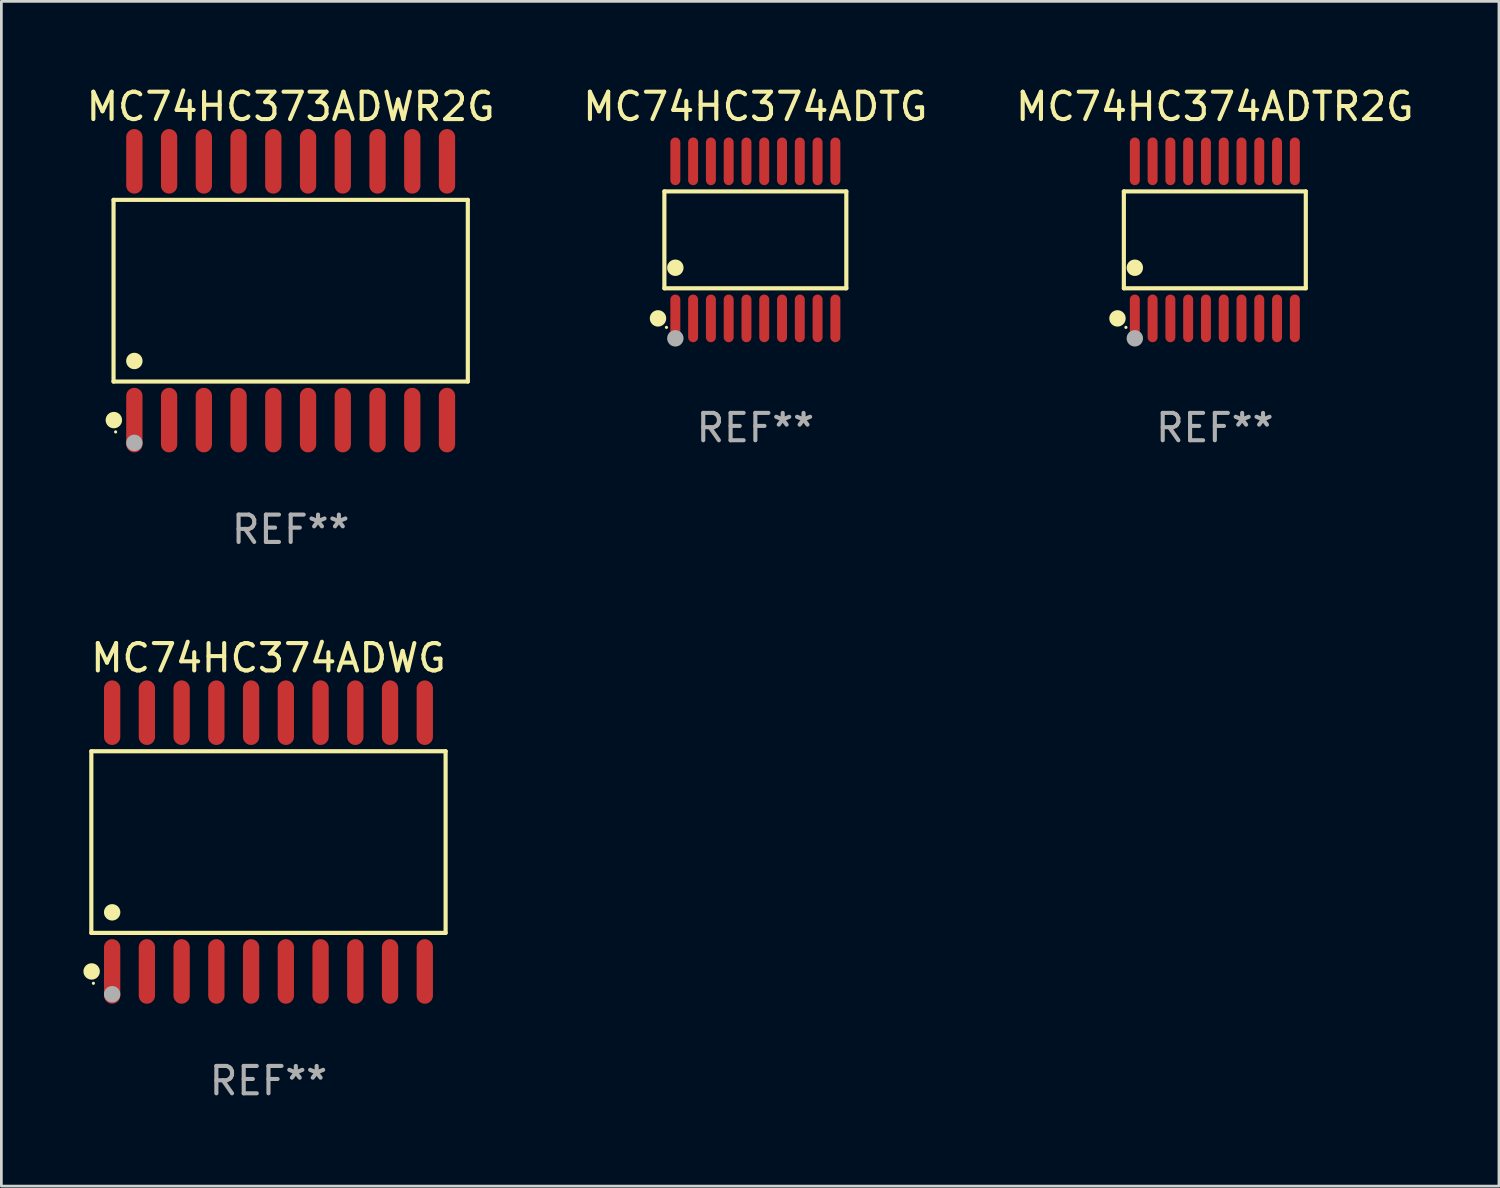
<source format=kicad_pcb>
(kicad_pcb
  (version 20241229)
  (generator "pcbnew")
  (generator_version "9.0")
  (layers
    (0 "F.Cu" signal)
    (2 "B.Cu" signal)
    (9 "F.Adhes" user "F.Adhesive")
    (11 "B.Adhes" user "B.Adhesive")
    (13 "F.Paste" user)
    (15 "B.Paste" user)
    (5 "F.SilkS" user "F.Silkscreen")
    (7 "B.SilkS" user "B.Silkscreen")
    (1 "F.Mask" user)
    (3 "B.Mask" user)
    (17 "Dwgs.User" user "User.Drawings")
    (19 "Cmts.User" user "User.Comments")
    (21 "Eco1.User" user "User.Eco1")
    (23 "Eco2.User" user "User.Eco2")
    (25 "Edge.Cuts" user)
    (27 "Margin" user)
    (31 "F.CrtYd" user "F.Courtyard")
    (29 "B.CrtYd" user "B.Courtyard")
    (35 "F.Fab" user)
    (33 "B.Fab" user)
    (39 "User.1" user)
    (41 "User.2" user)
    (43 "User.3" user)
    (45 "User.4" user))
  (footprint "MC74HC374ADTR2G"
    (layer "F.Cu")
    (at 41.363 5.719)
    (property "Reference" "MC74HC374ADTR2G" (at 0 -4.871 0) (layer "F.SilkS") (effects (font (size 1 1) (thickness 0.15))))
    (attr through_hole)
    (fp_line (start -3.326 -1.771) (end 3.326 -1.771) (stroke (width 0.152) (type solid)) (layer "F.SilkS"))
    (fp_line (start -3.326 1.771) (end -3.326 -1.771) (stroke (width 0.152) (type solid)) (layer "F.SilkS"))
    (fp_line (start 3.326 -1.771) (end 3.326 1.771) (stroke (width 0.152) (type solid)) (layer "F.SilkS"))
    (fp_line (start 3.326 1.771) (end -3.326 1.771) (stroke (width 0.152) (type solid)) (layer "F.SilkS"))
    (fp_circle (center -3.559 2.871) (end -3.409 2.871) (stroke (width 0.3) (type solid)) (fill no) (layer "F.SilkS"))
    (fp_circle (center -3.25 3.2) (end -3.22 3.2) (stroke (width 0.06) (type solid)) (fill no) (layer "F.SilkS"))
    (fp_circle (center -2.925 1.019) (end -2.775 1.019) (stroke (width 0.3) (type solid)) (fill no) (layer "F.SilkS"))
    (fp_circle (center -2.925 3.6) (end -2.775 3.6) (stroke (width 0.3) (type solid)) (fill no) (layer "F.Fab"))
    (fp_text user "REF**" (at 0 6.871 0) (layer "F.Fab") (effects (font (size 1 1) (thickness 0.15))))
    (pad "1" smd oval (at -2.925 2.871) (size 0.364 1.742) (layers "F.Cu" "F.Mask" "F.Paste"))
    (pad "2" smd oval (at -2.275 2.871) (size 0.364 1.742) (layers "F.Cu" "F.Mask" "F.Paste"))
    (pad "3" smd oval (at -1.625 2.871) (size 0.364 1.742) (layers "F.Cu" "F.Mask" "F.Paste"))
    (pad "4" smd oval (at -0.975 2.871) (size 0.364 1.742) (layers "F.Cu" "F.Mask" "F.Paste"))
    (pad "5" smd oval (at -0.325 2.871) (size 0.364 1.742) (layers "F.Cu" "F.Mask" "F.Paste"))
    (pad "6" smd oval (at 0.325 2.871) (size 0.364 1.742) (layers "F.Cu" "F.Mask" "F.Paste"))
    (pad "7" smd oval (at 0.975 2.871) (size 0.364 1.742) (layers "F.Cu" "F.Mask" "F.Paste"))
    (pad "8" smd oval (at 1.625 2.871) (size 0.364 1.742) (layers "F.Cu" "F.Mask" "F.Paste"))
    (pad "9" smd oval (at 2.275 2.871) (size 0.364 1.742) (layers "F.Cu" "F.Mask" "F.Paste"))
    (pad "10" smd oval (at 2.925 2.871) (size 0.364 1.742) (layers "F.Cu" "F.Mask" "F.Paste"))
    (pad "11" smd oval (at 2.925 -2.871) (size 0.364 1.742) (layers "F.Cu" "F.Mask" "F.Paste"))
    (pad "12" smd oval (at 2.275 -2.871) (size 0.364 1.742) (layers "F.Cu" "F.Mask" "F.Paste"))
    (pad "13" smd oval (at 1.625 -2.871) (size 0.364 1.742) (layers "F.Cu" "F.Mask" "F.Paste"))
    (pad "14" smd oval (at 0.975 -2.871) (size 0.364 1.742) (layers "F.Cu" "F.Mask" "F.Paste"))
    (pad "15" smd oval (at 0.325 -2.871) (size 0.364 1.742) (layers "F.Cu" "F.Mask" "F.Paste"))
    (pad "16" smd oval (at -0.325 -2.871) (size 0.364 1.742) (layers "F.Cu" "F.Mask" "F.Paste"))
    (pad "17" smd oval (at -0.975 -2.871) (size 0.364 1.742) (layers "F.Cu" "F.Mask" "F.Paste"))
    (pad "18" smd oval (at -1.625 -2.871) (size 0.364 1.742) (layers "F.Cu" "F.Mask" "F.Paste"))
    (pad "19" smd oval (at -2.275 -2.871) (size 0.364 1.742) (layers "F.Cu" "F.Mask" "F.Paste"))
    (pad "20" smd oval (at -2.925 -2.871) (size 0.364 1.742) (layers "F.Cu" "F.Mask" "F.Paste")))
  (footprint "MC74HC374ADTG"
    (layer "F.Cu")
    (at 24.565 5.719)
    (property "Reference" "MC74HC374ADTG" (at 0 -4.871 0) (layer "F.SilkS") (effects (font (size 1 1) (thickness 0.15))))
    (attr through_hole)
    (fp_line (start -3.326 -1.771) (end 3.326 -1.771) (stroke (width 0.152) (type solid)) (layer "F.SilkS"))
    (fp_line (start -3.326 1.771) (end -3.326 -1.771) (stroke (width 0.152) (type solid)) (layer "F.SilkS"))
    (fp_line (start 3.326 -1.771) (end 3.326 1.771) (stroke (width 0.152) (type solid)) (layer "F.SilkS"))
    (fp_line (start 3.326 1.771) (end -3.326 1.771) (stroke (width 0.152) (type solid)) (layer "F.SilkS"))
    (fp_circle (center -3.559 2.871) (end -3.409 2.871) (stroke (width 0.3) (type solid)) (fill no) (layer "F.SilkS"))
    (fp_circle (center -3.25 3.2) (end -3.22 3.2) (stroke (width 0.06) (type solid)) (fill no) (layer "F.SilkS"))
    (fp_circle (center -2.925 1.019) (end -2.775 1.019) (stroke (width 0.3) (type solid)) (fill no) (layer "F.SilkS"))
    (fp_circle (center -2.925 3.6) (end -2.775 3.6) (stroke (width 0.3) (type solid)) (fill no) (layer "F.Fab"))
    (fp_text user "REF**" (at 0 6.871 0) (layer "F.Fab") (effects (font (size 1 1) (thickness 0.15))))
    (pad "1" smd oval (at -2.925 2.871) (size 0.364 1.742) (layers "F.Cu" "F.Mask" "F.Paste"))
    (pad "2" smd oval (at -2.275 2.871) (size 0.364 1.742) (layers "F.Cu" "F.Mask" "F.Paste"))
    (pad "3" smd oval (at -1.625 2.871) (size 0.364 1.742) (layers "F.Cu" "F.Mask" "F.Paste"))
    (pad "4" smd oval (at -0.975 2.871) (size 0.364 1.742) (layers "F.Cu" "F.Mask" "F.Paste"))
    (pad "5" smd oval (at -0.325 2.871) (size 0.364 1.742) (layers "F.Cu" "F.Mask" "F.Paste"))
    (pad "6" smd oval (at 0.325 2.871) (size 0.364 1.742) (layers "F.Cu" "F.Mask" "F.Paste"))
    (pad "7" smd oval (at 0.975 2.871) (size 0.364 1.742) (layers "F.Cu" "F.Mask" "F.Paste"))
    (pad "8" smd oval (at 1.625 2.871) (size 0.364 1.742) (layers "F.Cu" "F.Mask" "F.Paste"))
    (pad "9" smd oval (at 2.275 2.871) (size 0.364 1.742) (layers "F.Cu" "F.Mask" "F.Paste"))
    (pad "10" smd oval (at 2.925 2.871) (size 0.364 1.742) (layers "F.Cu" "F.Mask" "F.Paste"))
    (pad "11" smd oval (at 2.925 -2.871) (size 0.364 1.742) (layers "F.Cu" "F.Mask" "F.Paste"))
    (pad "12" smd oval (at 2.275 -2.871) (size 0.364 1.742) (layers "F.Cu" "F.Mask" "F.Paste"))
    (pad "13" smd oval (at 1.625 -2.871) (size 0.364 1.742) (layers "F.Cu" "F.Mask" "F.Paste"))
    (pad "14" smd oval (at 0.975 -2.871) (size 0.364 1.742) (layers "F.Cu" "F.Mask" "F.Paste"))
    (pad "15" smd oval (at 0.325 -2.871) (size 0.364 1.742) (layers "F.Cu" "F.Mask" "F.Paste"))
    (pad "16" smd oval (at -0.325 -2.871) (size 0.364 1.742) (layers "F.Cu" "F.Mask" "F.Paste"))
    (pad "17" smd oval (at -0.975 -2.871) (size 0.364 1.742) (layers "F.Cu" "F.Mask" "F.Paste"))
    (pad "18" smd oval (at -1.625 -2.871) (size 0.364 1.742) (layers "F.Cu" "F.Mask" "F.Paste"))
    (pad "19" smd oval (at -2.275 -2.871) (size 0.364 1.742) (layers "F.Cu" "F.Mask" "F.Paste"))
    (pad "20" smd oval (at -2.925 -2.871) (size 0.364 1.742) (layers "F.Cu" "F.Mask" "F.Paste")))
  (footprint "MC74HC374ADWG"
    (layer "F.Cu")
    (at 6.765 27.735)
    (property "Reference" "MC74HC374ADWG" (at 0 -6.73 0) (layer "F.SilkS") (effects (font (size 1 1) (thickness 0.15))))
    (attr through_hole)
    (fp_line (start -6.476 -3.321) (end 6.476 -3.321) (stroke (width 0.152) (type solid)) (layer "F.SilkS"))
    (fp_line (start -6.476 3.321) (end -6.476 -3.321) (stroke (width 0.152) (type solid)) (layer "F.SilkS"))
    (fp_line (start 6.476 -3.321) (end 6.476 3.321) (stroke (width 0.152) (type solid)) (layer "F.SilkS"))
    (fp_line (start 6.476 3.321) (end -6.476 3.321) (stroke (width 0.152) (type solid)) (layer "F.SilkS"))
    (fp_circle (center -6.465 4.73) (end -6.315 4.73) (stroke (width 0.3) (type solid)) (fill no) (layer "F.SilkS"))
    (fp_circle (center -6.4 5.163) (end -6.37 5.163) (stroke (width 0.06) (type solid)) (fill no) (layer "F.SilkS"))
    (fp_circle (center -5.715 2.569) (end -5.565 2.569) (stroke (width 0.3) (type solid)) (fill no) (layer "F.SilkS"))
    (fp_circle (center -5.715 5.563) (end -5.565 5.563) (stroke (width 0.3) (type solid)) (fill no) (layer "F.Fab"))
    (fp_text user "REF**" (at 0 8.73 0) (layer "F.Fab") (effects (font (size 1 1) (thickness 0.15))))
    (pad "1" smd oval (at -5.715 4.73) (size 0.595 2.36) (layers "F.Cu" "F.Mask" "F.Paste"))
    (pad "2" smd oval (at -4.445 4.73) (size 0.595 2.36) (layers "F.Cu" "F.Mask" "F.Paste"))
    (pad "3" smd oval (at -3.175 4.73) (size 0.595 2.36) (layers "F.Cu" "F.Mask" "F.Paste"))
    (pad "4" smd oval (at -1.905 4.73) (size 0.595 2.36) (layers "F.Cu" "F.Mask" "F.Paste"))
    (pad "5" smd oval (at -0.635 4.73) (size 0.595 2.36) (layers "F.Cu" "F.Mask" "F.Paste"))
    (pad "6" smd oval (at 0.635 4.73) (size 0.595 2.36) (layers "F.Cu" "F.Mask" "F.Paste"))
    (pad "7" smd oval (at 1.905 4.73) (size 0.595 2.36) (layers "F.Cu" "F.Mask" "F.Paste"))
    (pad "8" smd oval (at 3.175 4.73) (size 0.595 2.36) (layers "F.Cu" "F.Mask" "F.Paste"))
    (pad "9" smd oval (at 4.445 4.73) (size 0.595 2.36) (layers "F.Cu" "F.Mask" "F.Paste"))
    (pad "10" smd oval (at 5.715 4.73) (size 0.595 2.36) (layers "F.Cu" "F.Mask" "F.Paste"))
    (pad "11" smd oval (at 5.715 -4.73) (size 0.595 2.36) (layers "F.Cu" "F.Mask" "F.Paste"))
    (pad "12" smd oval (at 4.445 -4.73) (size 0.595 2.36) (layers "F.Cu" "F.Mask" "F.Paste"))
    (pad "13" smd oval (at 3.175 -4.73) (size 0.595 2.36) (layers "F.Cu" "F.Mask" "F.Paste"))
    (pad "14" smd oval (at 1.905 -4.73) (size 0.595 2.36) (layers "F.Cu" "F.Mask" "F.Paste"))
    (pad "15" smd oval (at 0.635 -4.73) (size 0.595 2.36) (layers "F.Cu" "F.Mask" "F.Paste"))
    (pad "16" smd oval (at -0.635 -4.73) (size 0.595 2.36) (layers "F.Cu" "F.Mask" "F.Paste"))
    (pad "17" smd oval (at -1.905 -4.73) (size 0.595 2.36) (layers "F.Cu" "F.Mask" "F.Paste"))
    (pad "18" smd oval (at -3.175 -4.73) (size 0.595 2.36) (layers "F.Cu" "F.Mask" "F.Paste"))
    (pad "19" smd oval (at -4.445 -4.73) (size 0.595 2.36) (layers "F.Cu" "F.Mask" "F.Paste"))
    (pad "20" smd oval (at -5.715 -4.73) (size 0.595 2.36) (layers "F.Cu" "F.Mask" "F.Paste")))
  (footprint "MC74HC373ADWR2G"
    (layer "F.Cu")
    (at 7.577 7.578)
    (property "Reference" "MC74HC373ADWR2G" (at 0 -6.73 0) (layer "F.SilkS") (effects (font (size 1 1) (thickness 0.15))))
    (attr through_hole)
    (fp_line (start -6.476 -3.321) (end 6.476 -3.321) (stroke (width 0.152) (type solid)) (layer "F.SilkS"))
    (fp_line (start -6.476 3.321) (end -6.476 -3.321) (stroke (width 0.152) (type solid)) (layer "F.SilkS"))
    (fp_line (start 6.476 -3.321) (end 6.476 3.321) (stroke (width 0.152) (type solid)) (layer "F.SilkS"))
    (fp_line (start 6.476 3.321) (end -6.476 3.321) (stroke (width 0.152) (type solid)) (layer "F.SilkS"))
    (fp_circle (center -6.465 4.73) (end -6.315 4.73) (stroke (width 0.3) (type solid)) (fill no) (layer "F.SilkS"))
    (fp_circle (center -6.4 5.163) (end -6.37 5.163) (stroke (width 0.06) (type solid)) (fill no) (layer "F.SilkS"))
    (fp_circle (center -5.715 2.569) (end -5.565 2.569) (stroke (width 0.3) (type solid)) (fill no) (layer "F.SilkS"))
    (fp_circle (center -5.715 5.563) (end -5.565 5.563) (stroke (width 0.3) (type solid)) (fill no) (layer "F.Fab"))
    (fp_text user "REF**" (at 0 8.73 0) (layer "F.Fab") (effects (font (size 1 1) (thickness 0.15))))
    (pad "1" smd oval (at -5.715 4.73) (size 0.595 2.36) (layers "F.Cu" "F.Mask" "F.Paste"))
    (pad "2" smd oval (at -4.445 4.73) (size 0.595 2.36) (layers "F.Cu" "F.Mask" "F.Paste"))
    (pad "3" smd oval (at -3.175 4.73) (size 0.595 2.36) (layers "F.Cu" "F.Mask" "F.Paste"))
    (pad "4" smd oval (at -1.905 4.73) (size 0.595 2.36) (layers "F.Cu" "F.Mask" "F.Paste"))
    (pad "5" smd oval (at -0.635 4.73) (size 0.595 2.36) (layers "F.Cu" "F.Mask" "F.Paste"))
    (pad "6" smd oval (at 0.635 4.73) (size 0.595 2.36) (layers "F.Cu" "F.Mask" "F.Paste"))
    (pad "7" smd oval (at 1.905 4.73) (size 0.595 2.36) (layers "F.Cu" "F.Mask" "F.Paste"))
    (pad "8" smd oval (at 3.175 4.73) (size 0.595 2.36) (layers "F.Cu" "F.Mask" "F.Paste"))
    (pad "9" smd oval (at 4.445 4.73) (size 0.595 2.36) (layers "F.Cu" "F.Mask" "F.Paste"))
    (pad "10" smd oval (at 5.715 4.73) (size 0.595 2.36) (layers "F.Cu" "F.Mask" "F.Paste"))
    (pad "11" smd oval (at 5.715 -4.73) (size 0.595 2.36) (layers "F.Cu" "F.Mask" "F.Paste"))
    (pad "12" smd oval (at 4.445 -4.73) (size 0.595 2.36) (layers "F.Cu" "F.Mask" "F.Paste"))
    (pad "13" smd oval (at 3.175 -4.73) (size 0.595 2.36) (layers "F.Cu" "F.Mask" "F.Paste"))
    (pad "14" smd oval (at 1.905 -4.73) (size 0.595 2.36) (layers "F.Cu" "F.Mask" "F.Paste"))
    (pad "15" smd oval (at 0.635 -4.73) (size 0.595 2.36) (layers "F.Cu" "F.Mask" "F.Paste"))
    (pad "16" smd oval (at -0.635 -4.73) (size 0.595 2.36) (layers "F.Cu" "F.Mask" "F.Paste"))
    (pad "17" smd oval (at -1.905 -4.73) (size 0.595 2.36) (layers "F.Cu" "F.Mask" "F.Paste"))
    (pad "18" smd oval (at -3.175 -4.73) (size 0.595 2.36) (layers "F.Cu" "F.Mask" "F.Paste"))
    (pad "19" smd oval (at -4.445 -4.73) (size 0.595 2.36) (layers "F.Cu" "F.Mask" "F.Paste"))
    (pad "20" smd oval (at -5.715 -4.73) (size 0.595 2.36) (layers "F.Cu" "F.Mask" "F.Paste")))
  (gr_rect
    (start -3 -3)
    (end 51.75 40.313)
    (stroke (width 0.1) (type default))
    (fill no)
    (layer "Edge.Cuts")))
</source>
